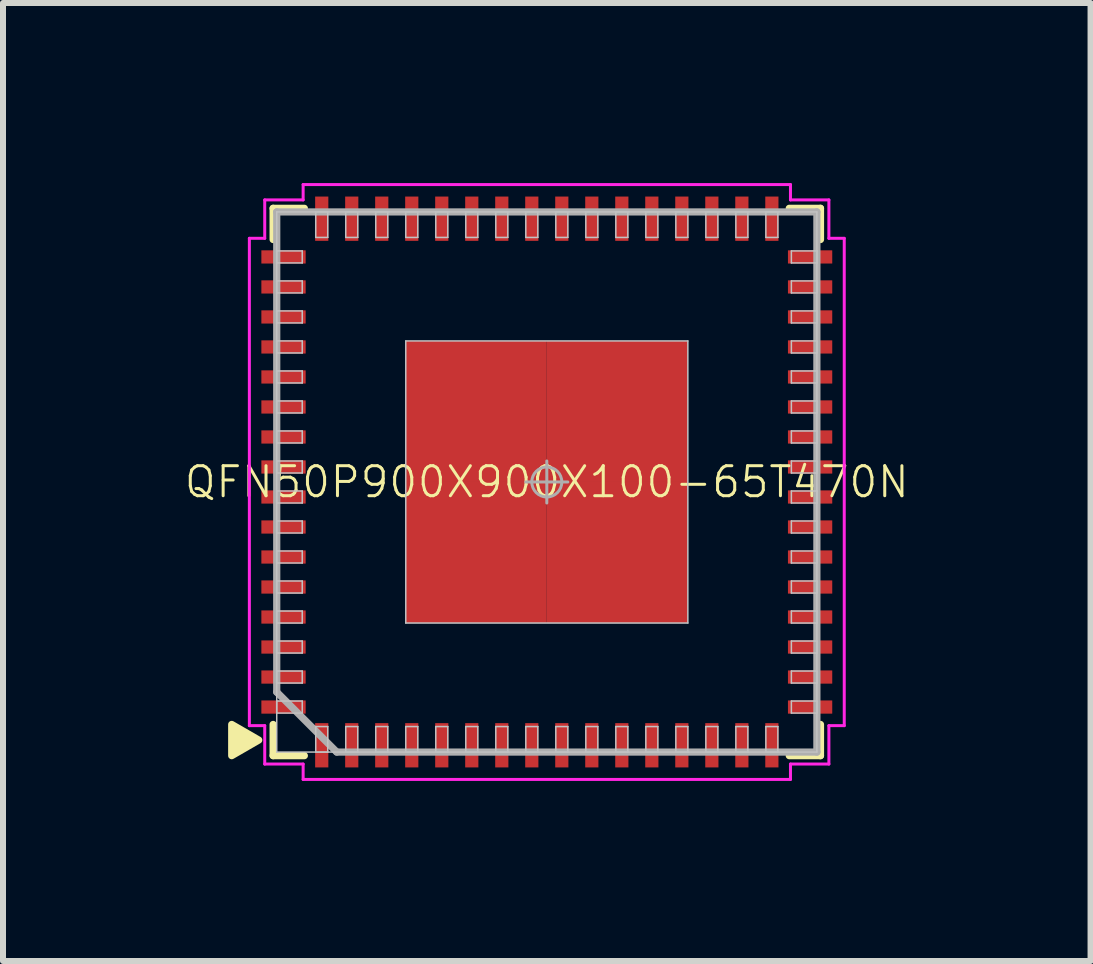
<source format=kicad_pcb>
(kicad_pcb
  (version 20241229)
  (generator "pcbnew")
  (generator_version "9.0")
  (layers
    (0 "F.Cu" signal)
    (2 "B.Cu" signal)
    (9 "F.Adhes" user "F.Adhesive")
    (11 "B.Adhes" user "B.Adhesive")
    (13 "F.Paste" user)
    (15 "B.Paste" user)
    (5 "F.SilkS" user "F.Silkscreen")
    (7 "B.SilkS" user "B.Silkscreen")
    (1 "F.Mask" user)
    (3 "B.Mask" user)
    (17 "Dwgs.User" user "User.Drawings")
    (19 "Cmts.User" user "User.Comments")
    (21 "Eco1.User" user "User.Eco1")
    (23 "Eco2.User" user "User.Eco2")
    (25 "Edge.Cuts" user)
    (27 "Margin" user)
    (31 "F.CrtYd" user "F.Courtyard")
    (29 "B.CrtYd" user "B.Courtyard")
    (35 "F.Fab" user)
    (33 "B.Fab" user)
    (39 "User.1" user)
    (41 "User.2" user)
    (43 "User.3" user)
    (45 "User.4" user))
  (footprint "QFN50P900X900X100-65T470N"
    (layer "F.Cu")
    (at 6.061 4.981)
    (property "Reference" "QFN50P900X900X100-65T470N" (at 0 0 0) (layer "F.SilkS") (effects (font (size 0.5 0.5) (thickness 0.05))))
    (attr smd)
    (fp_line (start -4.56 -4.56) (end -4.56 -4.04) (stroke (width 0.12) (type solid)) (layer "F.SilkS"))
    (fp_line (start -4.56 4.56) (end -4.56 4.04) (stroke (width 0.12) (type solid)) (layer "F.SilkS"))
    (fp_line (start -4.04 -4.56) (end -4.56 -4.56) (stroke (width 0.12) (type solid)) (layer "F.SilkS"))
    (fp_line (start -4.04 4.56) (end -4.56 4.56) (stroke (width 0.12) (type solid)) (layer "F.SilkS"))
    (fp_line (start 4.04 -4.56) (end 4.56 -4.56) (stroke (width 0.12) (type solid)) (layer "F.SilkS"))
    (fp_line (start 4.04 4.56) (end 4.56 4.56) (stroke (width 0.12) (type solid)) (layer "F.SilkS"))
    (fp_line (start 4.56 -4.56) (end 4.56 -4.04) (stroke (width 0.12) (type solid)) (layer "F.SilkS"))
    (fp_line (start 4.56 4.56) (end 4.56 4.04) (stroke (width 0.12) (type solid)) (layer "F.SilkS"))
    (fp_poly (pts (xy -5.25 4.04) (xy -4.8 4.3) (xy -5.25 4.56)) (stroke (width 0.12) (type solid)) (fill yes) (layer "F.SilkS"))
    (fp_line (start -4.501 -3.85) (end -4.075 -3.85) (stroke (width 0.025) (type solid)) (layer "Dwgs.User"))
    (fp_line (start -4.501 -3.65) (end -4.501 -3.85) (stroke (width 0.025) (type solid)) (layer "Dwgs.User"))
    (fp_line (start -4.501 -3.35) (end -4.075 -3.35) (stroke (width 0.025) (type solid)) (layer "Dwgs.User"))
    (fp_line (start -4.501 -3.15) (end -4.501 -3.35) (stroke (width 0.025) (type solid)) (layer "Dwgs.User"))
    (fp_line (start -4.501 -2.85) (end -4.075 -2.85) (stroke (width 0.025) (type solid)) (layer "Dwgs.User"))
    (fp_line (start -4.501 -2.65) (end -4.501 -2.85) (stroke (width 0.025) (type solid)) (layer "Dwgs.User"))
    (fp_line (start -4.501 -2.35) (end -4.075 -2.35) (stroke (width 0.025) (type solid)) (layer "Dwgs.User"))
    (fp_line (start -4.501 -2.15) (end -4.501 -2.35) (stroke (width 0.025) (type solid)) (layer "Dwgs.User"))
    (fp_line (start -4.501 -1.85) (end -4.075 -1.85) (stroke (width 0.025) (type solid)) (layer "Dwgs.User"))
    (fp_line (start -4.501 -1.65) (end -4.501 -1.85) (stroke (width 0.025) (type solid)) (layer "Dwgs.User"))
    (fp_line (start -4.501 -1.35) (end -4.075 -1.35) (stroke (width 0.025) (type solid)) (layer "Dwgs.User"))
    (fp_line (start -4.501 -1.15) (end -4.501 -1.35) (stroke (width 0.025) (type solid)) (layer "Dwgs.User"))
    (fp_line (start -4.501 -0.85) (end -4.075 -0.85) (stroke (width 0.025) (type solid)) (layer "Dwgs.User"))
    (fp_line (start -4.501 -0.65) (end -4.501 -0.85) (stroke (width 0.025) (type solid)) (layer "Dwgs.User"))
    (fp_line (start -4.501 -0.35) (end -4.075 -0.35) (stroke (width 0.025) (type solid)) (layer "Dwgs.User"))
    (fp_line (start -4.501 -0.15) (end -4.501 -0.35) (stroke (width 0.025) (type solid)) (layer "Dwgs.User"))
    (fp_line (start -4.501 0.15) (end -4.075 0.15) (stroke (width 0.025) (type solid)) (layer "Dwgs.User"))
    (fp_line (start -4.501 0.35) (end -4.501 0.15) (stroke (width 0.025) (type solid)) (layer "Dwgs.User"))
    (fp_line (start -4.501 0.65) (end -4.075 0.65) (stroke (width 0.025) (type solid)) (layer "Dwgs.User"))
    (fp_line (start -4.501 0.85) (end -4.501 0.65) (stroke (width 0.025) (type solid)) (layer "Dwgs.User"))
    (fp_line (start -4.501 1.15) (end -4.075 1.15) (stroke (width 0.025) (type solid)) (layer "Dwgs.User"))
    (fp_line (start -4.501 1.35) (end -4.501 1.15) (stroke (width 0.025) (type solid)) (layer "Dwgs.User"))
    (fp_line (start -4.501 1.65) (end -4.075 1.65) (stroke (width 0.025) (type solid)) (layer "Dwgs.User"))
    (fp_line (start -4.501 1.85) (end -4.501 1.65) (stroke (width 0.025) (type solid)) (layer "Dwgs.User"))
    (fp_line (start -4.501 2.15) (end -4.075 2.15) (stroke (width 0.025) (type solid)) (layer "Dwgs.User"))
    (fp_line (start -4.501 2.35) (end -4.501 2.15) (stroke (width 0.025) (type solid)) (layer "Dwgs.User"))
    (fp_line (start -4.501 2.65) (end -4.075 2.65) (stroke (width 0.025) (type solid)) (layer "Dwgs.User"))
    (fp_line (start -4.501 2.85) (end -4.501 2.65) (stroke (width 0.025) (type solid)) (layer "Dwgs.User"))
    (fp_line (start -4.501 3.15) (end -4.075 3.15) (stroke (width 0.025) (type solid)) (layer "Dwgs.User"))
    (fp_line (start -4.501 3.35) (end -4.501 3.15) (stroke (width 0.025) (type solid)) (layer "Dwgs.User"))
    (fp_line (start -4.501 3.65) (end -4.075 3.65) (stroke (width 0.025) (type solid)) (layer "Dwgs.User"))
    (fp_line (start -4.501 3.85) (end -4.501 3.65) (stroke (width 0.025) (type solid)) (layer "Dwgs.User"))
    (fp_line (start -4.5 -4.5) (end 4.5 -4.5) (stroke (width 0.025) (type solid)) (layer "Dwgs.User"))
    (fp_line (start -4.5 4.5) (end -4.5 -4.5) (stroke (width 0.025) (type solid)) (layer "Dwgs.User"))
    (fp_line (start -4.075 -3.85) (end -4.075 -3.65) (stroke (width 0.025) (type solid)) (layer "Dwgs.User"))
    (fp_line (start -4.075 -3.65) (end -4.501 -3.65) (stroke (width 0.025) (type solid)) (layer "Dwgs.User"))
    (fp_line (start -4.075 -3.35) (end -4.075 -3.15) (stroke (width 0.025) (type solid)) (layer "Dwgs.User"))
    (fp_line (start -4.075 -3.15) (end -4.501 -3.15) (stroke (width 0.025) (type solid)) (layer "Dwgs.User"))
    (fp_line (start -4.075 -2.85) (end -4.075 -2.65) (stroke (width 0.025) (type solid)) (layer "Dwgs.User"))
    (fp_line (start -4.075 -2.65) (end -4.501 -2.65) (stroke (width 0.025) (type solid)) (layer "Dwgs.User"))
    (fp_line (start -4.075 -2.35) (end -4.075 -2.15) (stroke (width 0.025) (type solid)) (layer "Dwgs.User"))
    (fp_line (start -4.075 -2.15) (end -4.501 -2.15) (stroke (width 0.025) (type solid)) (layer "Dwgs.User"))
    (fp_line (start -4.075 -1.85) (end -4.075 -1.65) (stroke (width 0.025) (type solid)) (layer "Dwgs.User"))
    (fp_line (start -4.075 -1.65) (end -4.501 -1.65) (stroke (width 0.025) (type solid)) (layer "Dwgs.User"))
    (fp_line (start -4.075 -1.35) (end -4.075 -1.15) (stroke (width 0.025) (type solid)) (layer "Dwgs.User"))
    (fp_line (start -4.075 -1.15) (end -4.501 -1.15) (stroke (width 0.025) (type solid)) (layer "Dwgs.User"))
    (fp_line (start -4.075 -0.85) (end -4.075 -0.65) (stroke (width 0.025) (type solid)) (layer "Dwgs.User"))
    (fp_line (start -4.075 -0.65) (end -4.501 -0.65) (stroke (width 0.025) (type solid)) (layer "Dwgs.User"))
    (fp_line (start -4.075 -0.35) (end -4.075 -0.15) (stroke (width 0.025) (type solid)) (layer "Dwgs.User"))
    (fp_line (start -4.075 -0.15) (end -4.501 -0.15) (stroke (width 0.025) (type solid)) (layer "Dwgs.User"))
    (fp_line (start -4.075 0.15) (end -4.075 0.35) (stroke (width 0.025) (type solid)) (layer "Dwgs.User"))
    (fp_line (start -4.075 0.35) (end -4.501 0.35) (stroke (width 0.025) (type solid)) (layer "Dwgs.User"))
    (fp_line (start -4.075 0.65) (end -4.075 0.85) (stroke (width 0.025) (type solid)) (layer "Dwgs.User"))
    (fp_line (start -4.075 0.85) (end -4.501 0.85) (stroke (width 0.025) (type solid)) (layer "Dwgs.User"))
    (fp_line (start -4.075 1.15) (end -4.075 1.35) (stroke (width 0.025) (type solid)) (layer "Dwgs.User"))
    (fp_line (start -4.075 1.35) (end -4.501 1.35) (stroke (width 0.025) (type solid)) (layer "Dwgs.User"))
    (fp_line (start -4.075 1.65) (end -4.075 1.85) (stroke (width 0.025) (type solid)) (layer "Dwgs.User"))
    (fp_line (start -4.075 1.85) (end -4.501 1.85) (stroke (width 0.025) (type solid)) (layer "Dwgs.User"))
    (fp_line (start -4.075 2.15) (end -4.075 2.35) (stroke (width 0.025) (type solid)) (layer "Dwgs.User"))
    (fp_line (start -4.075 2.35) (end -4.501 2.35) (stroke (width 0.025) (type solid)) (layer "Dwgs.User"))
    (fp_line (start -4.075 2.65) (end -4.075 2.85) (stroke (width 0.025) (type solid)) (layer "Dwgs.User"))
    (fp_line (start -4.075 2.85) (end -4.501 2.85) (stroke (width 0.025) (type solid)) (layer "Dwgs.User"))
    (fp_line (start -4.075 3.15) (end -4.075 3.35) (stroke (width 0.025) (type solid)) (layer "Dwgs.User"))
    (fp_line (start -4.075 3.35) (end -4.501 3.35) (stroke (width 0.025) (type solid)) (layer "Dwgs.User"))
    (fp_line (start -4.075 3.65) (end -4.075 3.85) (stroke (width 0.025) (type solid)) (layer "Dwgs.User"))
    (fp_line (start -4.075 3.85) (end -4.501 3.85) (stroke (width 0.025) (type solid)) (layer "Dwgs.User"))
    (fp_line (start -3.85 -4.501) (end -3.65 -4.501) (stroke (width 0.025) (type solid)) (layer "Dwgs.User"))
    (fp_line (start -3.85 -4.075) (end -3.85 -4.501) (stroke (width 0.025) (type solid)) (layer "Dwgs.User"))
    (fp_line (start -3.85 4.075) (end -3.65 4.075) (stroke (width 0.025) (type solid)) (layer "Dwgs.User"))
    (fp_line (start -3.85 4.501) (end -3.85 4.075) (stroke (width 0.025) (type solid)) (layer "Dwgs.User"))
    (fp_line (start -3.65 -4.501) (end -3.65 -4.075) (stroke (width 0.025) (type solid)) (layer "Dwgs.User"))
    (fp_line (start -3.65 -4.075) (end -3.85 -4.075) (stroke (width 0.025) (type solid)) (layer "Dwgs.User"))
    (fp_line (start -3.65 4.075) (end -3.65 4.501) (stroke (width 0.025) (type solid)) (layer "Dwgs.User"))
    (fp_line (start -3.65 4.501) (end -3.85 4.501) (stroke (width 0.025) (type solid)) (layer "Dwgs.User"))
    (fp_line (start -3.35 -4.501) (end -3.15 -4.501) (stroke (width 0.025) (type solid)) (layer "Dwgs.User"))
    (fp_line (start -3.35 -4.075) (end -3.35 -4.501) (stroke (width 0.025) (type solid)) (layer "Dwgs.User"))
    (fp_line (start -3.35 4.075) (end -3.15 4.075) (stroke (width 0.025) (type solid)) (layer "Dwgs.User"))
    (fp_line (start -3.35 4.501) (end -3.35 4.075) (stroke (width 0.025) (type solid)) (layer "Dwgs.User"))
    (fp_line (start -3.15 -4.501) (end -3.15 -4.075) (stroke (width 0.025) (type solid)) (layer "Dwgs.User"))
    (fp_line (start -3.15 -4.075) (end -3.35 -4.075) (stroke (width 0.025) (type solid)) (layer "Dwgs.User"))
    (fp_line (start -3.15 4.075) (end -3.15 4.501) (stroke (width 0.025) (type solid)) (layer "Dwgs.User"))
    (fp_line (start -3.15 4.501) (end -3.35 4.501) (stroke (width 0.025) (type solid)) (layer "Dwgs.User"))
    (fp_line (start -2.85 -4.501) (end -2.65 -4.501) (stroke (width 0.025) (type solid)) (layer "Dwgs.User"))
    (fp_line (start -2.85 -4.075) (end -2.85 -4.501) (stroke (width 0.025) (type solid)) (layer "Dwgs.User"))
    (fp_line (start -2.85 4.075) (end -2.65 4.075) (stroke (width 0.025) (type solid)) (layer "Dwgs.User"))
    (fp_line (start -2.85 4.501) (end -2.85 4.075) (stroke (width 0.025) (type solid)) (layer "Dwgs.User"))
    (fp_line (start -2.65 -4.501) (end -2.65 -4.075) (stroke (width 0.025) (type solid)) (layer "Dwgs.User"))
    (fp_line (start -2.65 -4.075) (end -2.85 -4.075) (stroke (width 0.025) (type solid)) (layer "Dwgs.User"))
    (fp_line (start -2.65 4.075) (end -2.65 4.501) (stroke (width 0.025) (type solid)) (layer "Dwgs.User"))
    (fp_line (start -2.65 4.501) (end -2.85 4.501) (stroke (width 0.025) (type solid)) (layer "Dwgs.User"))
    (fp_line (start -2.35 -4.501) (end -2.15 -4.501) (stroke (width 0.025) (type solid)) (layer "Dwgs.User"))
    (fp_line (start -2.35 -4.075) (end -2.35 -4.501) (stroke (width 0.025) (type solid)) (layer "Dwgs.User"))
    (fp_line (start -2.35 -2.35) (end 2.35 -2.35) (stroke (width 0.025) (type solid)) (layer "Dwgs.User"))
    (fp_line (start -2.35 2.35) (end -2.35 -2.35) (stroke (width 0.025) (type solid)) (layer "Dwgs.User"))
    (fp_line (start -2.35 4.075) (end -2.15 4.075) (stroke (width 0.025) (type solid)) (layer "Dwgs.User"))
    (fp_line (start -2.35 4.501) (end -2.35 4.075) (stroke (width 0.025) (type solid)) (layer "Dwgs.User"))
    (fp_line (start -2.15 -4.501) (end -2.15 -4.075) (stroke (width 0.025) (type solid)) (layer "Dwgs.User"))
    (fp_line (start -2.15 -4.075) (end -2.35 -4.075) (stroke (width 0.025) (type solid)) (layer "Dwgs.User"))
    (fp_line (start -2.15 4.075) (end -2.15 4.501) (stroke (width 0.025) (type solid)) (layer "Dwgs.User"))
    (fp_line (start -2.15 4.501) (end -2.35 4.501) (stroke (width 0.025) (type solid)) (layer "Dwgs.User"))
    (fp_line (start -1.85 -4.501) (end -1.65 -4.501) (stroke (width 0.025) (type solid)) (layer "Dwgs.User"))
    (fp_line (start -1.85 -4.075) (end -1.85 -4.501) (stroke (width 0.025) (type solid)) (layer "Dwgs.User"))
    (fp_line (start -1.85 4.075) (end -1.65 4.075) (stroke (width 0.025) (type solid)) (layer "Dwgs.User"))
    (fp_line (start -1.85 4.501) (end -1.85 4.075) (stroke (width 0.025) (type solid)) (layer "Dwgs.User"))
    (fp_line (start -1.65 -4.501) (end -1.65 -4.075) (stroke (width 0.025) (type solid)) (layer "Dwgs.User"))
    (fp_line (start -1.65 -4.075) (end -1.85 -4.075) (stroke (width 0.025) (type solid)) (layer "Dwgs.User"))
    (fp_line (start -1.65 4.075) (end -1.65 4.501) (stroke (width 0.025) (type solid)) (layer "Dwgs.User"))
    (fp_line (start -1.65 4.501) (end -1.85 4.501) (stroke (width 0.025) (type solid)) (layer "Dwgs.User"))
    (fp_line (start -1.35 -4.501) (end -1.15 -4.501) (stroke (width 0.025) (type solid)) (layer "Dwgs.User"))
    (fp_line (start -1.35 -4.075) (end -1.35 -4.501) (stroke (width 0.025) (type solid)) (layer "Dwgs.User"))
    (fp_line (start -1.35 4.075) (end -1.15 4.075) (stroke (width 0.025) (type solid)) (layer "Dwgs.User"))
    (fp_line (start -1.35 4.501) (end -1.35 4.075) (stroke (width 0.025) (type solid)) (layer "Dwgs.User"))
    (fp_line (start -1.15 -4.501) (end -1.15 -4.075) (stroke (width 0.025) (type solid)) (layer "Dwgs.User"))
    (fp_line (start -1.15 -4.075) (end -1.35 -4.075) (stroke (width 0.025) (type solid)) (layer "Dwgs.User"))
    (fp_line (start -1.15 4.075) (end -1.15 4.501) (stroke (width 0.025) (type solid)) (layer "Dwgs.User"))
    (fp_line (start -1.15 4.501) (end -1.35 4.501) (stroke (width 0.025) (type solid)) (layer "Dwgs.User"))
    (fp_line (start -0.85 -4.501) (end -0.65 -4.501) (stroke (width 0.025) (type solid)) (layer "Dwgs.User"))
    (fp_line (start -0.85 -4.075) (end -0.85 -4.501) (stroke (width 0.025) (type solid)) (layer "Dwgs.User"))
    (fp_line (start -0.85 4.075) (end -0.65 4.075) (stroke (width 0.025) (type solid)) (layer "Dwgs.User"))
    (fp_line (start -0.85 4.501) (end -0.85 4.075) (stroke (width 0.025) (type solid)) (layer "Dwgs.User"))
    (fp_line (start -0.65 -4.501) (end -0.65 -4.075) (stroke (width 0.025) (type solid)) (layer "Dwgs.User"))
    (fp_line (start -0.65 -4.075) (end -0.85 -4.075) (stroke (width 0.025) (type solid)) (layer "Dwgs.User"))
    (fp_line (start -0.65 4.075) (end -0.65 4.501) (stroke (width 0.025) (type solid)) (layer "Dwgs.User"))
    (fp_line (start -0.65 4.501) (end -0.85 4.501) (stroke (width 0.025) (type solid)) (layer "Dwgs.User"))
    (fp_line (start -0.35 -4.501) (end -0.15 -4.501) (stroke (width 0.025) (type solid)) (layer "Dwgs.User"))
    (fp_line (start -0.35 -4.075) (end -0.35 -4.501) (stroke (width 0.025) (type solid)) (layer "Dwgs.User"))
    (fp_line (start -0.35 4.075) (end -0.15 4.075) (stroke (width 0.025) (type solid)) (layer "Dwgs.User"))
    (fp_line (start -0.35 4.501) (end -0.35 4.075) (stroke (width 0.025) (type solid)) (layer "Dwgs.User"))
    (fp_line (start -0.15 -4.501) (end -0.15 -4.075) (stroke (width 0.025) (type solid)) (layer "Dwgs.User"))
    (fp_line (start -0.15 -4.075) (end -0.35 -4.075) (stroke (width 0.025) (type solid)) (layer "Dwgs.User"))
    (fp_line (start -0.15 4.075) (end -0.15 4.501) (stroke (width 0.025) (type solid)) (layer "Dwgs.User"))
    (fp_line (start -0.15 4.501) (end -0.35 4.501) (stroke (width 0.025) (type solid)) (layer "Dwgs.User"))
    (fp_line (start 0.15 -4.501) (end 0.35 -4.501) (stroke (width 0.025) (type solid)) (layer "Dwgs.User"))
    (fp_line (start 0.15 -4.075) (end 0.15 -4.501) (stroke (width 0.025) (type solid)) (layer "Dwgs.User"))
    (fp_line (start 0.15 4.075) (end 0.35 4.075) (stroke (width 0.025) (type solid)) (layer "Dwgs.User"))
    (fp_line (start 0.15 4.501) (end 0.15 4.075) (stroke (width 0.025) (type solid)) (layer "Dwgs.User"))
    (fp_line (start 0.35 -4.501) (end 0.35 -4.075) (stroke (width 0.025) (type solid)) (layer "Dwgs.User"))
    (fp_line (start 0.35 -4.075) (end 0.15 -4.075) (stroke (width 0.025) (type solid)) (layer "Dwgs.User"))
    (fp_line (start 0.35 4.075) (end 0.35 4.501) (stroke (width 0.025) (type solid)) (layer "Dwgs.User"))
    (fp_line (start 0.35 4.501) (end 0.15 4.501) (stroke (width 0.025) (type solid)) (layer "Dwgs.User"))
    (fp_line (start 0.65 -4.501) (end 0.85 -4.501) (stroke (width 0.025) (type solid)) (layer "Dwgs.User"))
    (fp_line (start 0.65 -4.075) (end 0.65 -4.501) (stroke (width 0.025) (type solid)) (layer "Dwgs.User"))
    (fp_line (start 0.65 4.075) (end 0.85 4.075) (stroke (width 0.025) (type solid)) (layer "Dwgs.User"))
    (fp_line (start 0.65 4.501) (end 0.65 4.075) (stroke (width 0.025) (type solid)) (layer "Dwgs.User"))
    (fp_line (start 0.85 -4.501) (end 0.85 -4.075) (stroke (width 0.025) (type solid)) (layer "Dwgs.User"))
    (fp_line (start 0.85 -4.075) (end 0.65 -4.075) (stroke (width 0.025) (type solid)) (layer "Dwgs.User"))
    (fp_line (start 0.85 4.075) (end 0.85 4.501) (stroke (width 0.025) (type solid)) (layer "Dwgs.User"))
    (fp_line (start 0.85 4.501) (end 0.65 4.501) (stroke (width 0.025) (type solid)) (layer "Dwgs.User"))
    (fp_line (start 1.15 -4.501) (end 1.35 -4.501) (stroke (width 0.025) (type solid)) (layer "Dwgs.User"))
    (fp_line (start 1.15 -4.075) (end 1.15 -4.501) (stroke (width 0.025) (type solid)) (layer "Dwgs.User"))
    (fp_line (start 1.15 4.075) (end 1.35 4.075) (stroke (width 0.025) (type solid)) (layer "Dwgs.User"))
    (fp_line (start 1.15 4.501) (end 1.15 4.075) (stroke (width 0.025) (type solid)) (layer "Dwgs.User"))
    (fp_line (start 1.35 -4.501) (end 1.35 -4.075) (stroke (width 0.025) (type solid)) (layer "Dwgs.User"))
    (fp_line (start 1.35 -4.075) (end 1.15 -4.075) (stroke (width 0.025) (type solid)) (layer "Dwgs.User"))
    (fp_line (start 1.35 4.075) (end 1.35 4.501) (stroke (width 0.025) (type solid)) (layer "Dwgs.User"))
    (fp_line (start 1.35 4.501) (end 1.15 4.501) (stroke (width 0.025) (type solid)) (layer "Dwgs.User"))
    (fp_line (start 1.65 -4.501) (end 1.85 -4.501) (stroke (width 0.025) (type solid)) (layer "Dwgs.User"))
    (fp_line (start 1.65 -4.075) (end 1.65 -4.501) (stroke (width 0.025) (type solid)) (layer "Dwgs.User"))
    (fp_line (start 1.65 4.075) (end 1.85 4.075) (stroke (width 0.025) (type solid)) (layer "Dwgs.User"))
    (fp_line (start 1.65 4.501) (end 1.65 4.075) (stroke (width 0.025) (type solid)) (layer "Dwgs.User"))
    (fp_line (start 1.85 -4.501) (end 1.85 -4.075) (stroke (width 0.025) (type solid)) (layer "Dwgs.User"))
    (fp_line (start 1.85 -4.075) (end 1.65 -4.075) (stroke (width 0.025) (type solid)) (layer "Dwgs.User"))
    (fp_line (start 1.85 4.075) (end 1.85 4.501) (stroke (width 0.025) (type solid)) (layer "Dwgs.User"))
    (fp_line (start 1.85 4.501) (end 1.65 4.501) (stroke (width 0.025) (type solid)) (layer "Dwgs.User"))
    (fp_line (start 2.15 -4.501) (end 2.35 -4.501) (stroke (width 0.025) (type solid)) (layer "Dwgs.User"))
    (fp_line (start 2.15 -4.075) (end 2.15 -4.501) (stroke (width 0.025) (type solid)) (layer "Dwgs.User"))
    (fp_line (start 2.15 4.075) (end 2.35 4.075) (stroke (width 0.025) (type solid)) (layer "Dwgs.User"))
    (fp_line (start 2.15 4.501) (end 2.15 4.075) (stroke (width 0.025) (type solid)) (layer "Dwgs.User"))
    (fp_line (start 2.35 -4.501) (end 2.35 -4.075) (stroke (width 0.025) (type solid)) (layer "Dwgs.User"))
    (fp_line (start 2.35 -4.075) (end 2.15 -4.075) (stroke (width 0.025) (type solid)) (layer "Dwgs.User"))
    (fp_line (start 2.35 -2.35) (end 2.35 2.35) (stroke (width 0.025) (type solid)) (layer "Dwgs.User"))
    (fp_line (start 2.35 2.35) (end -2.35 2.35) (stroke (width 0.025) (type solid)) (layer "Dwgs.User"))
    (fp_line (start 2.35 4.075) (end 2.35 4.501) (stroke (width 0.025) (type solid)) (layer "Dwgs.User"))
    (fp_line (start 2.35 4.501) (end 2.15 4.501) (stroke (width 0.025) (type solid)) (layer "Dwgs.User"))
    (fp_line (start 2.65 -4.501) (end 2.85 -4.501) (stroke (width 0.025) (type solid)) (layer "Dwgs.User"))
    (fp_line (start 2.65 -4.075) (end 2.65 -4.501) (stroke (width 0.025) (type solid)) (layer "Dwgs.User"))
    (fp_line (start 2.65 4.075) (end 2.85 4.075) (stroke (width 0.025) (type solid)) (layer "Dwgs.User"))
    (fp_line (start 2.65 4.501) (end 2.65 4.075) (stroke (width 0.025) (type solid)) (layer "Dwgs.User"))
    (fp_line (start 2.85 -4.501) (end 2.85 -4.075) (stroke (width 0.025) (type solid)) (layer "Dwgs.User"))
    (fp_line (start 2.85 -4.075) (end 2.65 -4.075) (stroke (width 0.025) (type solid)) (layer "Dwgs.User"))
    (fp_line (start 2.85 4.075) (end 2.85 4.501) (stroke (width 0.025) (type solid)) (layer "Dwgs.User"))
    (fp_line (start 2.85 4.501) (end 2.65 4.501) (stroke (width 0.025) (type solid)) (layer "Dwgs.User"))
    (fp_line (start 3.15 -4.501) (end 3.35 -4.501) (stroke (width 0.025) (type solid)) (layer "Dwgs.User"))
    (fp_line (start 3.15 -4.075) (end 3.15 -4.501) (stroke (width 0.025) (type solid)) (layer "Dwgs.User"))
    (fp_line (start 3.15 4.075) (end 3.35 4.075) (stroke (width 0.025) (type solid)) (layer "Dwgs.User"))
    (fp_line (start 3.15 4.501) (end 3.15 4.075) (stroke (width 0.025) (type solid)) (layer "Dwgs.User"))
    (fp_line (start 3.35 -4.501) (end 3.35 -4.075) (stroke (width 0.025) (type solid)) (layer "Dwgs.User"))
    (fp_line (start 3.35 -4.075) (end 3.15 -4.075) (stroke (width 0.025) (type solid)) (layer "Dwgs.User"))
    (fp_line (start 3.35 4.075) (end 3.35 4.501) (stroke (width 0.025) (type solid)) (layer "Dwgs.User"))
    (fp_line (start 3.35 4.501) (end 3.15 4.501) (stroke (width 0.025) (type solid)) (layer "Dwgs.User"))
    (fp_line (start 3.65 -4.501) (end 3.85 -4.501) (stroke (width 0.025) (type solid)) (layer "Dwgs.User"))
    (fp_line (start 3.65 -4.075) (end 3.65 -4.501) (stroke (width 0.025) (type solid)) (layer "Dwgs.User"))
    (fp_line (start 3.65 4.075) (end 3.85 4.075) (stroke (width 0.025) (type solid)) (layer "Dwgs.User"))
    (fp_line (start 3.65 4.501) (end 3.65 4.075) (stroke (width 0.025) (type solid)) (layer "Dwgs.User"))
    (fp_line (start 3.85 -4.501) (end 3.85 -4.075) (stroke (width 0.025) (type solid)) (layer "Dwgs.User"))
    (fp_line (start 3.85 -4.075) (end 3.65 -4.075) (stroke (width 0.025) (type solid)) (layer "Dwgs.User"))
    (fp_line (start 3.85 4.075) (end 3.85 4.501) (stroke (width 0.025) (type solid)) (layer "Dwgs.User"))
    (fp_line (start 3.85 4.501) (end 3.65 4.501) (stroke (width 0.025) (type solid)) (layer "Dwgs.User"))
    (fp_line (start 4.075 -3.85) (end 4.501 -3.85) (stroke (width 0.025) (type solid)) (layer "Dwgs.User"))
    (fp_line (start 4.075 -3.65) (end 4.075 -3.85) (stroke (width 0.025) (type solid)) (layer "Dwgs.User"))
    (fp_line (start 4.075 -3.35) (end 4.501 -3.35) (stroke (width 0.025) (type solid)) (layer "Dwgs.User"))
    (fp_line (start 4.075 -3.15) (end 4.075 -3.35) (stroke (width 0.025) (type solid)) (layer "Dwgs.User"))
    (fp_line (start 4.075 -2.85) (end 4.501 -2.85) (stroke (width 0.025) (type solid)) (layer "Dwgs.User"))
    (fp_line (start 4.075 -2.65) (end 4.075 -2.85) (stroke (width 0.025) (type solid)) (layer "Dwgs.User"))
    (fp_line (start 4.075 -2.35) (end 4.501 -2.35) (stroke (width 0.025) (type solid)) (layer "Dwgs.User"))
    (fp_line (start 4.075 -2.15) (end 4.075 -2.35) (stroke (width 0.025) (type solid)) (layer "Dwgs.User"))
    (fp_line (start 4.075 -1.85) (end 4.501 -1.85) (stroke (width 0.025) (type solid)) (layer "Dwgs.User"))
    (fp_line (start 4.075 -1.65) (end 4.075 -1.85) (stroke (width 0.025) (type solid)) (layer "Dwgs.User"))
    (fp_line (start 4.075 -1.35) (end 4.501 -1.35) (stroke (width 0.025) (type solid)) (layer "Dwgs.User"))
    (fp_line (start 4.075 -1.15) (end 4.075 -1.35) (stroke (width 0.025) (type solid)) (layer "Dwgs.User"))
    (fp_line (start 4.075 -0.85) (end 4.501 -0.85) (stroke (width 0.025) (type solid)) (layer "Dwgs.User"))
    (fp_line (start 4.075 -0.65) (end 4.075 -0.85) (stroke (width 0.025) (type solid)) (layer "Dwgs.User"))
    (fp_line (start 4.075 -0.35) (end 4.501 -0.35) (stroke (width 0.025) (type solid)) (layer "Dwgs.User"))
    (fp_line (start 4.075 -0.15) (end 4.075 -0.35) (stroke (width 0.025) (type solid)) (layer "Dwgs.User"))
    (fp_line (start 4.075 0.15) (end 4.501 0.15) (stroke (width 0.025) (type solid)) (layer "Dwgs.User"))
    (fp_line (start 4.075 0.35) (end 4.075 0.15) (stroke (width 0.025) (type solid)) (layer "Dwgs.User"))
    (fp_line (start 4.075 0.65) (end 4.501 0.65) (stroke (width 0.025) (type solid)) (layer "Dwgs.User"))
    (fp_line (start 4.075 0.85) (end 4.075 0.65) (stroke (width 0.025) (type solid)) (layer "Dwgs.User"))
    (fp_line (start 4.075 1.15) (end 4.501 1.15) (stroke (width 0.025) (type solid)) (layer "Dwgs.User"))
    (fp_line (start 4.075 1.35) (end 4.075 1.15) (stroke (width 0.025) (type solid)) (layer "Dwgs.User"))
    (fp_line (start 4.075 1.65) (end 4.501 1.65) (stroke (width 0.025) (type solid)) (layer "Dwgs.User"))
    (fp_line (start 4.075 1.85) (end 4.075 1.65) (stroke (width 0.025) (type solid)) (layer "Dwgs.User"))
    (fp_line (start 4.075 2.15) (end 4.501 2.15) (stroke (width 0.025) (type solid)) (layer "Dwgs.User"))
    (fp_line (start 4.075 2.35) (end 4.075 2.15) (stroke (width 0.025) (type solid)) (layer "Dwgs.User"))
    (fp_line (start 4.075 2.65) (end 4.501 2.65) (stroke (width 0.025) (type solid)) (layer "Dwgs.User"))
    (fp_line (start 4.075 2.85) (end 4.075 2.65) (stroke (width 0.025) (type solid)) (layer "Dwgs.User"))
    (fp_line (start 4.075 3.15) (end 4.501 3.15) (stroke (width 0.025) (type solid)) (layer "Dwgs.User"))
    (fp_line (start 4.075 3.35) (end 4.075 3.15) (stroke (width 0.025) (type solid)) (layer "Dwgs.User"))
    (fp_line (start 4.075 3.65) (end 4.501 3.65) (stroke (width 0.025) (type solid)) (layer "Dwgs.User"))
    (fp_line (start 4.075 3.85) (end 4.075 3.65) (stroke (width 0.025) (type solid)) (layer "Dwgs.User"))
    (fp_line (start 4.5 -4.5) (end 4.5 4.5) (stroke (width 0.025) (type solid)) (layer "Dwgs.User"))
    (fp_line (start 4.5 4.5) (end -4.5 4.5) (stroke (width 0.025) (type solid)) (layer "Dwgs.User"))
    (fp_line (start 4.501 -3.85) (end 4.501 -3.65) (stroke (width 0.025) (type solid)) (layer "Dwgs.User"))
    (fp_line (start 4.501 -3.65) (end 4.075 -3.65) (stroke (width 0.025) (type solid)) (layer "Dwgs.User"))
    (fp_line (start 4.501 -3.35) (end 4.501 -3.15) (stroke (width 0.025) (type solid)) (layer "Dwgs.User"))
    (fp_line (start 4.501 -3.15) (end 4.075 -3.15) (stroke (width 0.025) (type solid)) (layer "Dwgs.User"))
    (fp_line (start 4.501 -2.85) (end 4.501 -2.65) (stroke (width 0.025) (type solid)) (layer "Dwgs.User"))
    (fp_line (start 4.501 -2.65) (end 4.075 -2.65) (stroke (width 0.025) (type solid)) (layer "Dwgs.User"))
    (fp_line (start 4.501 -2.35) (end 4.501 -2.15) (stroke (width 0.025) (type solid)) (layer "Dwgs.User"))
    (fp_line (start 4.501 -2.15) (end 4.075 -2.15) (stroke (width 0.025) (type solid)) (layer "Dwgs.User"))
    (fp_line (start 4.501 -1.85) (end 4.501 -1.65) (stroke (width 0.025) (type solid)) (layer "Dwgs.User"))
    (fp_line (start 4.501 -1.65) (end 4.075 -1.65) (stroke (width 0.025) (type solid)) (layer "Dwgs.User"))
    (fp_line (start 4.501 -1.35) (end 4.501 -1.15) (stroke (width 0.025) (type solid)) (layer "Dwgs.User"))
    (fp_line (start 4.501 -1.15) (end 4.075 -1.15) (stroke (width 0.025) (type solid)) (layer "Dwgs.User"))
    (fp_line (start 4.501 -0.85) (end 4.501 -0.65) (stroke (width 0.025) (type solid)) (layer "Dwgs.User"))
    (fp_line (start 4.501 -0.65) (end 4.075 -0.65) (stroke (width 0.025) (type solid)) (layer "Dwgs.User"))
    (fp_line (start 4.501 -0.35) (end 4.501 -0.15) (stroke (width 0.025) (type solid)) (layer "Dwgs.User"))
    (fp_line (start 4.501 -0.15) (end 4.075 -0.15) (stroke (width 0.025) (type solid)) (layer "Dwgs.User"))
    (fp_line (start 4.501 0.15) (end 4.501 0.35) (stroke (width 0.025) (type solid)) (layer "Dwgs.User"))
    (fp_line (start 4.501 0.35) (end 4.075 0.35) (stroke (width 0.025) (type solid)) (layer "Dwgs.User"))
    (fp_line (start 4.501 0.65) (end 4.501 0.85) (stroke (width 0.025) (type solid)) (layer "Dwgs.User"))
    (fp_line (start 4.501 0.85) (end 4.075 0.85) (stroke (width 0.025) (type solid)) (layer "Dwgs.User"))
    (fp_line (start 4.501 1.15) (end 4.501 1.35) (stroke (width 0.025) (type solid)) (layer "Dwgs.User"))
    (fp_line (start 4.501 1.35) (end 4.075 1.35) (stroke (width 0.025) (type solid)) (layer "Dwgs.User"))
    (fp_line (start 4.501 1.65) (end 4.501 1.85) (stroke (width 0.025) (type solid)) (layer "Dwgs.User"))
    (fp_line (start 4.501 1.85) (end 4.075 1.85) (stroke (width 0.025) (type solid)) (layer "Dwgs.User"))
    (fp_line (start 4.501 2.15) (end 4.501 2.35) (stroke (width 0.025) (type solid)) (layer "Dwgs.User"))
    (fp_line (start 4.501 2.35) (end 4.075 2.35) (stroke (width 0.025) (type solid)) (layer "Dwgs.User"))
    (fp_line (start 4.501 2.65) (end 4.501 2.85) (stroke (width 0.025) (type solid)) (layer "Dwgs.User"))
    (fp_line (start 4.501 2.85) (end 4.075 2.85) (stroke (width 0.025) (type solid)) (layer "Dwgs.User"))
    (fp_line (start 4.501 3.15) (end 4.501 3.35) (stroke (width 0.025) (type solid)) (layer "Dwgs.User"))
    (fp_line (start 4.501 3.35) (end 4.075 3.35) (stroke (width 0.025) (type solid)) (layer "Dwgs.User"))
    (fp_line (start 4.501 3.65) (end 4.501 3.85) (stroke (width 0.025) (type solid)) (layer "Dwgs.User"))
    (fp_line (start 4.501 3.85) (end 4.075 3.85) (stroke (width 0.025) (type solid)) (layer "Dwgs.User"))
    (fp_line (start -4.956 -4.06) (end -4.956 4.06) (stroke (width 0.05) (type solid)) (layer "F.CrtYd"))
    (fp_line (start -4.956 4.06) (end -4.7 4.06) (stroke (width 0.05) (type solid)) (layer "F.CrtYd"))
    (fp_line (start -4.7 -4.7) (end -4.7 -4.06) (stroke (width 0.05) (type solid)) (layer "F.CrtYd"))
    (fp_line (start -4.7 -4.06) (end -4.956 -4.06) (stroke (width 0.05) (type solid)) (layer "F.CrtYd"))
    (fp_line (start -4.7 4.06) (end -4.7 4.7) (stroke (width 0.05) (type solid)) (layer "F.CrtYd"))
    (fp_line (start -4.7 4.7) (end -4.06 4.7) (stroke (width 0.05) (type solid)) (layer "F.CrtYd"))
    (fp_line (start -4.06 -4.956) (end -4.06 -4.7) (stroke (width 0.05) (type solid)) (layer "F.CrtYd"))
    (fp_line (start -4.06 -4.7) (end -4.7 -4.7) (stroke (width 0.05) (type solid)) (layer "F.CrtYd"))
    (fp_line (start -4.06 4.7) (end -4.06 4.956) (stroke (width 0.05) (type solid)) (layer "F.CrtYd"))
    (fp_line (start -4.06 4.956) (end 4.06 4.956) (stroke (width 0.05) (type solid)) (layer "F.CrtYd"))
    (fp_line (start 4.06 -4.956) (end -4.06 -4.956) (stroke (width 0.05) (type solid)) (layer "F.CrtYd"))
    (fp_line (start 4.06 -4.7) (end 4.06 -4.956) (stroke (width 0.05) (type solid)) (layer "F.CrtYd"))
    (fp_line (start 4.06 4.7) (end 4.7 4.7) (stroke (width 0.05) (type solid)) (layer "F.CrtYd"))
    (fp_line (start 4.06 4.956) (end 4.06 4.7) (stroke (width 0.05) (type solid)) (layer "F.CrtYd"))
    (fp_line (start 4.7 -4.7) (end 4.06 -4.7) (stroke (width 0.05) (type solid)) (layer "F.CrtYd"))
    (fp_line (start 4.7 -4.06) (end 4.7 -4.7) (stroke (width 0.05) (type solid)) (layer "F.CrtYd"))
    (fp_line (start 4.7 4.06) (end 4.956 4.06) (stroke (width 0.05) (type solid)) (layer "F.CrtYd"))
    (fp_line (start 4.7 4.7) (end 4.7 4.06) (stroke (width 0.05) (type solid)) (layer "F.CrtYd"))
    (fp_line (start 4.956 -4.06) (end 4.7 -4.06) (stroke (width 0.05) (type solid)) (layer "F.CrtYd"))
    (fp_line (start 4.956 4.06) (end 4.956 -4.06) (stroke (width 0.05) (type solid)) (layer "F.CrtYd"))
    (fp_line (start -4.5 -4.5) (end 4.5 -4.5) (stroke (width 0.12) (type solid)) (layer "F.Fab"))
    (fp_line (start -4.5 3.5) (end -4.5 -4.5) (stroke (width 0.12) (type solid)) (layer "F.Fab"))
    (fp_line (start -3.5 4.5) (end -4.5 3.5) (stroke (width 0.12) (type solid)) (layer "F.Fab"))
    (fp_line (start -0.35 0) (end 0.35 0) (stroke (width 0.05) (type solid)) (layer "F.Fab"))
    (fp_line (start 0 -0.35) (end 0 0.35) (stroke (width 0.05) (type solid)) (layer "F.Fab"))
    (fp_line (start 4.5 -4.5) (end 4.5 4.5) (stroke (width 0.12) (type solid)) (layer "F.Fab"))
    (fp_line (start 4.5 4.5) (end -3.5 4.5) (stroke (width 0.12) (type solid)) (layer "F.Fab"))
    (fp_circle (center 0 0) (end 0.25 0) (stroke (width 0.05) (type solid)) (fill no) (layer "F.Fab"))
    (pad "" smd rect (at -1.175 -1.175 90) (size 1.82 1.82) (layers "F.Paste"))
    (pad "" smd rect (at -1.175 1.175 90) (size 1.82 1.82) (layers "F.Paste"))
    (pad "" smd rect (at 1.175 -1.175 90) (size 1.82 1.82) (layers "F.Paste"))
    (pad "" smd rect (at 1.175 1.175 90) (size 1.82 1.82) (layers "F.Paste"))
    (pad "1" smd rect (at -3.75 4.387 90) (size 0.738 0.22) (layers "F.Cu" "F.Mask" "F.Paste"))
    (pad "2" smd rect (at -3.25 4.387 90) (size 0.738 0.22) (layers "F.Cu" "F.Mask" "F.Paste"))
    (pad "3" smd rect (at -2.75 4.387 90) (size 0.738 0.22) (layers "F.Cu" "F.Mask" "F.Paste"))
    (pad "4" smd rect (at -2.25 4.387 90) (size 0.738 0.22) (layers "F.Cu" "F.Mask" "F.Paste"))
    (pad "5" smd rect (at -1.75 4.387 90) (size 0.738 0.22) (layers "F.Cu" "F.Mask" "F.Paste"))
    (pad "6" smd rect (at -1.25 4.387 90) (size 0.738 0.22) (layers "F.Cu" "F.Mask" "F.Paste"))
    (pad "7" smd rect (at -0.75 4.387 90) (size 0.738 0.22) (layers "F.Cu" "F.Mask" "F.Paste"))
    (pad "8" smd rect (at -0.25 4.387 90) (size 0.738 0.22) (layers "F.Cu" "F.Mask" "F.Paste"))
    (pad "9" smd rect (at 0.25 4.387 90) (size 0.738 0.22) (layers "F.Cu" "F.Mask" "F.Paste"))
    (pad "10" smd rect (at 0.75 4.387 90) (size 0.738 0.22) (layers "F.Cu" "F.Mask" "F.Paste"))
    (pad "11" smd rect (at 1.25 4.387 90) (size 0.738 0.22) (layers "F.Cu" "F.Mask" "F.Paste"))
    (pad "12" smd rect (at 1.75 4.387 90) (size 0.738 0.22) (layers "F.Cu" "F.Mask" "F.Paste"))
    (pad "13" smd rect (at 2.25 4.387 90) (size 0.738 0.22) (layers "F.Cu" "F.Mask" "F.Paste"))
    (pad "14" smd rect (at 2.75 4.387 90) (size 0.738 0.22) (layers "F.Cu" "F.Mask" "F.Paste"))
    (pad "15" smd rect (at 3.25 4.387 90) (size 0.738 0.22) (layers "F.Cu" "F.Mask" "F.Paste"))
    (pad "16" smd rect (at 3.75 4.387 90) (size 0.738 0.22) (layers "F.Cu" "F.Mask" "F.Paste"))
    (pad "17" smd rect (at 4.387 3.75) (size 0.738 0.22) (layers "F.Cu" "F.Mask" "F.Paste"))
    (pad "18" smd rect (at 4.387 3.25) (size 0.738 0.22) (layers "F.Cu" "F.Mask" "F.Paste"))
    (pad "19" smd rect (at 4.387 2.75) (size 0.738 0.22) (layers "F.Cu" "F.Mask" "F.Paste"))
    (pad "20" smd rect (at 4.387 2.25) (size 0.738 0.22) (layers "F.Cu" "F.Mask" "F.Paste"))
    (pad "21" smd rect (at 4.387 1.75) (size 0.738 0.22) (layers "F.Cu" "F.Mask" "F.Paste"))
    (pad "22" smd rect (at 4.387 1.25) (size 0.738 0.22) (layers "F.Cu" "F.Mask" "F.Paste"))
    (pad "23" smd rect (at 4.387 0.75) (size 0.738 0.22) (layers "F.Cu" "F.Mask" "F.Paste"))
    (pad "24" smd rect (at 4.387 0.25) (size 0.738 0.22) (layers "F.Cu" "F.Mask" "F.Paste"))
    (pad "25" smd rect (at 4.387 -0.25) (size 0.738 0.22) (layers "F.Cu" "F.Mask" "F.Paste"))
    (pad "26" smd rect (at 4.387 -0.75) (size 0.738 0.22) (layers "F.Cu" "F.Mask" "F.Paste"))
    (pad "27" smd rect (at 4.387 -1.25) (size 0.738 0.22) (layers "F.Cu" "F.Mask" "F.Paste"))
    (pad "28" smd rect (at 4.387 -1.75) (size 0.738 0.22) (layers "F.Cu" "F.Mask" "F.Paste"))
    (pad "29" smd rect (at 4.387 -2.25) (size 0.738 0.22) (layers "F.Cu" "F.Mask" "F.Paste"))
    (pad "30" smd rect (at 4.387 -2.75) (size 0.738 0.22) (layers "F.Cu" "F.Mask" "F.Paste"))
    (pad "31" smd rect (at 4.387 -3.25) (size 0.738 0.22) (layers "F.Cu" "F.Mask" "F.Paste"))
    (pad "32" smd rect (at 4.387 -3.75) (size 0.738 0.22) (layers "F.Cu" "F.Mask" "F.Paste"))
    (pad "33" smd rect (at 3.75 -4.387 90) (size 0.738 0.22) (layers "F.Cu" "F.Mask" "F.Paste"))
    (pad "34" smd rect (at 3.25 -4.387 90) (size 0.738 0.22) (layers "F.Cu" "F.Mask" "F.Paste"))
    (pad "35" smd rect (at 2.75 -4.387 90) (size 0.738 0.22) (layers "F.Cu" "F.Mask" "F.Paste"))
    (pad "36" smd rect (at 2.25 -4.387 90) (size 0.738 0.22) (layers "F.Cu" "F.Mask" "F.Paste"))
    (pad "37" smd rect (at 1.75 -4.387 90) (size 0.738 0.22) (layers "F.Cu" "F.Mask" "F.Paste"))
    (pad "38" smd rect (at 1.25 -4.387 90) (size 0.738 0.22) (layers "F.Cu" "F.Mask" "F.Paste"))
    (pad "39" smd rect (at 0.75 -4.387 90) (size 0.738 0.22) (layers "F.Cu" "F.Mask" "F.Paste"))
    (pad "40" smd rect (at 0.25 -4.387 90) (size 0.738 0.22) (layers "F.Cu" "F.Mask" "F.Paste"))
    (pad "41" smd rect (at -0.25 -4.387 90) (size 0.738 0.22) (layers "F.Cu" "F.Mask" "F.Paste"))
    (pad "42" smd rect (at -0.75 -4.387 90) (size 0.738 0.22) (layers "F.Cu" "F.Mask" "F.Paste"))
    (pad "43" smd rect (at -1.25 -4.387 90) (size 0.738 0.22) (layers "F.Cu" "F.Mask" "F.Paste"))
    (pad "44" smd rect (at -1.75 -4.387 90) (size 0.738 0.22) (layers "F.Cu" "F.Mask" "F.Paste"))
    (pad "45" smd rect (at -2.25 -4.387 90) (size 0.738 0.22) (layers "F.Cu" "F.Mask" "F.Paste"))
    (pad "46" smd rect (at -2.75 -4.387 90) (size 0.738 0.22) (layers "F.Cu" "F.Mask" "F.Paste"))
    (pad "47" smd rect (at -3.25 -4.387 90) (size 0.738 0.22) (layers "F.Cu" "F.Mask" "F.Paste"))
    (pad "48" smd rect (at -3.75 -4.387 90) (size 0.738 0.22) (layers "F.Cu" "F.Mask" "F.Paste"))
    (pad "49" smd rect (at -4.387 -3.75) (size 0.738 0.22) (layers "F.Cu" "F.Mask" "F.Paste"))
    (pad "50" smd rect (at -4.387 -3.25) (size 0.738 0.22) (layers "F.Cu" "F.Mask" "F.Paste"))
    (pad "51" smd rect (at -4.387 -2.75) (size 0.738 0.22) (layers "F.Cu" "F.Mask" "F.Paste"))
    (pad "52" smd rect (at -4.387 -2.25) (size 0.738 0.22) (layers "F.Cu" "F.Mask" "F.Paste"))
    (pad "53" smd rect (at -4.387 -1.75) (size 0.738 0.22) (layers "F.Cu" "F.Mask" "F.Paste"))
    (pad "54" smd rect (at -4.387 -1.25) (size 0.738 0.22) (layers "F.Cu" "F.Mask" "F.Paste"))
    (pad "55" smd rect (at -4.387 -0.75) (size 0.738 0.22) (layers "F.Cu" "F.Mask" "F.Paste"))
    (pad "56" smd rect (at -4.387 -0.25) (size 0.738 0.22) (layers "F.Cu" "F.Mask" "F.Paste"))
    (pad "57" smd rect (at -4.387 0.25) (size 0.738 0.22) (layers "F.Cu" "F.Mask" "F.Paste"))
    (pad "58" smd rect (at -4.387 0.75) (size 0.738 0.22) (layers "F.Cu" "F.Mask" "F.Paste"))
    (pad "59" smd rect (at -4.387 1.25) (size 0.738 0.22) (layers "F.Cu" "F.Mask" "F.Paste"))
    (pad "60" smd rect (at -4.387 1.75) (size 0.738 0.22) (layers "F.Cu" "F.Mask" "F.Paste"))
    (pad "61" smd rect (at -4.387 2.25) (size 0.738 0.22) (layers "F.Cu" "F.Mask" "F.Paste"))
    (pad "62" smd rect (at -4.387 2.75) (size 0.738 0.22) (layers "F.Cu" "F.Mask" "F.Paste"))
    (pad "63" smd rect (at -4.387 3.25) (size 0.738 0.22) (layers "F.Cu" "F.Mask" "F.Paste"))
    (pad "64" smd rect (at -4.387 3.75) (size 0.738 0.22) (layers "F.Cu" "F.Mask" "F.Paste"))
    (pad "65" smd rect (at -1.175 -1.175 90) (size 2.35 2.35) (layers "F.Cu" "F.Mask" "F.Paste"))
    (pad "65" smd rect (at -1.175 1.175 90) (size 2.35 2.35) (layers "F.Cu" "F.Mask" "F.Paste"))
    (pad "65" smd rect (at 1.175 -1.175 90) (size 2.35 2.35) (layers "F.Cu" "F.Mask" "F.Paste"))
    (pad "65" smd rect (at 1.175 1.175 90) (size 2.35 2.35) (layers "F.Cu" "F.Mask" "F.Paste")))
  (gr_rect
    (start -3 -3)
    (end 15.121 12.962)
    (stroke (width 0.1) (type default))
    (fill no)
    (layer "Edge.Cuts")))
</source>
